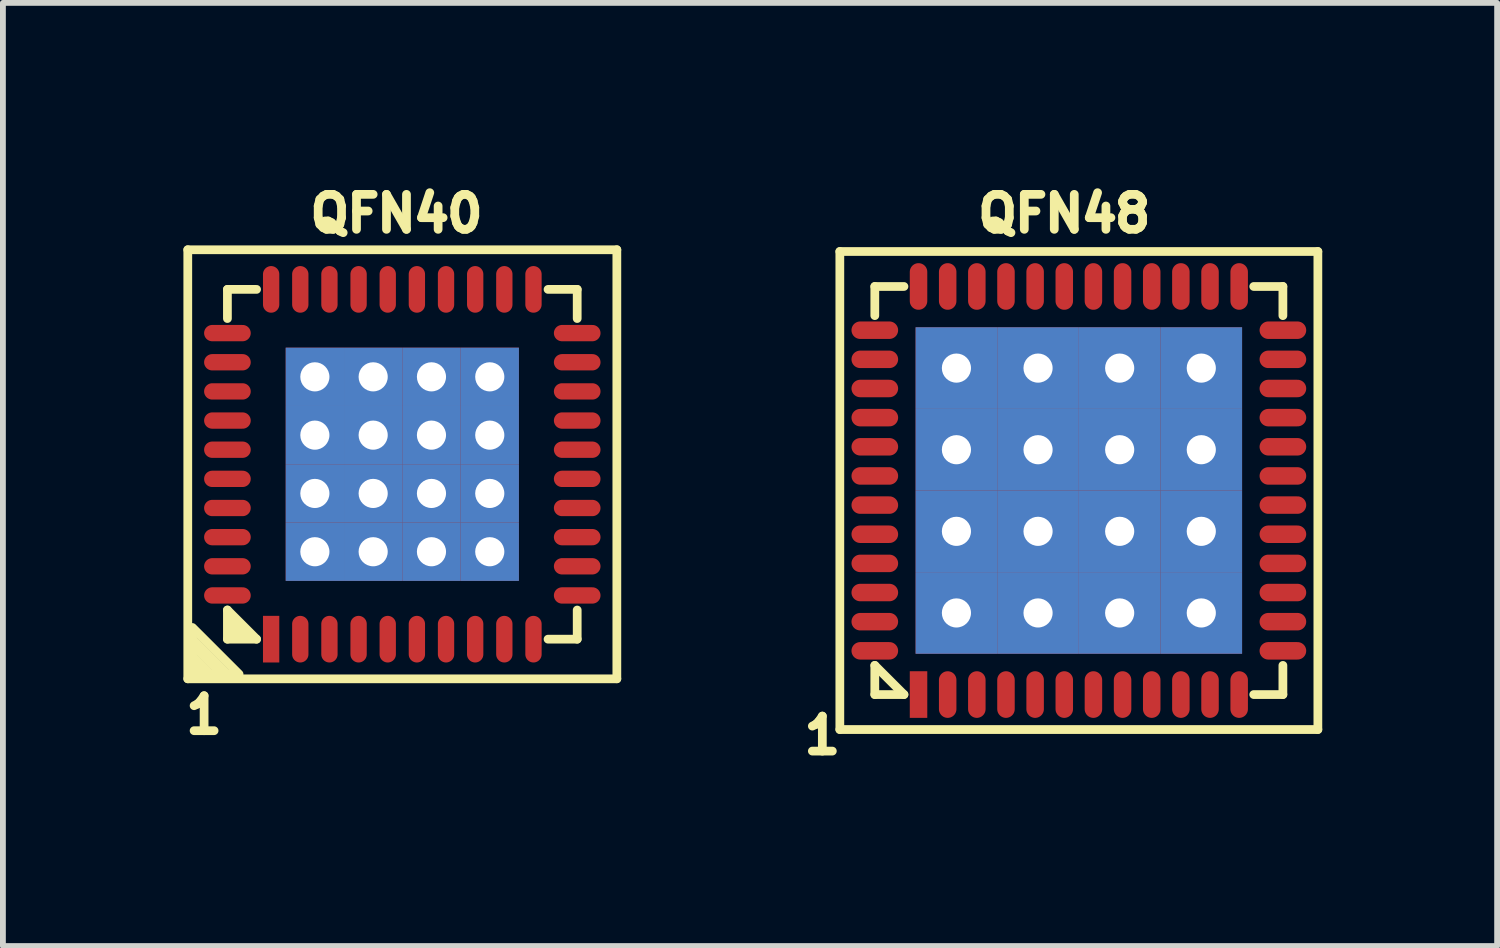
<source format=kicad_pcb>
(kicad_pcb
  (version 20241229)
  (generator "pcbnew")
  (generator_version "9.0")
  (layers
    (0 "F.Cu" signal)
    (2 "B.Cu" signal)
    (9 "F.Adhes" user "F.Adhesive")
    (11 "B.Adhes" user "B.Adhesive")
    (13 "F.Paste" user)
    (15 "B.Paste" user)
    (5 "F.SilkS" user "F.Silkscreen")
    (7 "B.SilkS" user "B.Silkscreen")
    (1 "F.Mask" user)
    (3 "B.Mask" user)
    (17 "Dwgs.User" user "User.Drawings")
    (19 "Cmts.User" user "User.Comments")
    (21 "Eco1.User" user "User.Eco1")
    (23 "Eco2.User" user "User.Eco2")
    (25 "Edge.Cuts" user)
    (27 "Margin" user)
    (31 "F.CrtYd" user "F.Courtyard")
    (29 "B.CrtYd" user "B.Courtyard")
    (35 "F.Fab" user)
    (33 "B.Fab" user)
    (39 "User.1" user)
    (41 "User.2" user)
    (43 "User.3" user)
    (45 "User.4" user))
  (footprint "QFN40"
    (layer "F.Cu")
    (at 3.851 4.914)
    (property "Reference" "QFN40" (at -0.1 -4.3 0) (layer "F.SilkS") (effects (font (size 0.6 0.6) (thickness 0.15))))
    (attr through_hole)
    (fp_line (start -3.68 -3.68) (end 3.68 -3.68) (stroke (width 0.15) (type solid)) (layer "F.SilkS"))
    (fp_line (start -3.68 3.68) (end -3.68 -3.68) (stroke (width 0.15) (type solid)) (layer "F.SilkS"))
    (fp_line (start -3.6 2.8) (end -2.8 3.6) (stroke (width 0.15) (type solid)) (layer "F.SilkS"))
    (fp_line (start -3.6 2.9) (end -3.6 3.6) (stroke (width 0.15) (type solid)) (layer "F.SilkS"))
    (fp_line (start -3.6 3) (end -3 3.6) (stroke (width 0.15) (type solid)) (layer "F.SilkS"))
    (fp_line (start -3.6 3.1) (end -3.1 3.6) (stroke (width 0.15) (type solid)) (layer "F.SilkS"))
    (fp_line (start -3.6 3.3) (end -3.3 3.6) (stroke (width 0.15) (type solid)) (layer "F.SilkS"))
    (fp_line (start -3.6 3.4) (end -3.4 3.6) (stroke (width 0.15) (type solid)) (layer "F.SilkS"))
    (fp_line (start -3.6 3.6) (end -2.9 3.6) (stroke (width 0.15) (type solid)) (layer "F.SilkS"))
    (fp_line (start -3 -3) (end -2.5 -3) (stroke (width 0.15) (type solid)) (layer "F.SilkS"))
    (fp_line (start -3 -2.5) (end -3 -3) (stroke (width 0.15) (type solid)) (layer "F.SilkS"))
    (fp_line (start -3 2.5) (end -2.5 3) (stroke (width 0.15) (type solid)) (layer "F.SilkS"))
    (fp_line (start -3 3) (end -3 2.5) (stroke (width 0.15) (type solid)) (layer "F.SilkS"))
    (fp_line (start -2.9 2.7) (end -2.7 2.9) (stroke (width 0.15) (type solid)) (layer "F.SilkS"))
    (fp_line (start -2.9 2.9) (end -2.9 2.8) (stroke (width 0.15) (type solid)) (layer "F.SilkS"))
    (fp_line (start -2.7 2.9) (end -2.9 2.9) (stroke (width 0.15) (type solid)) (layer "F.SilkS"))
    (fp_line (start -2.5 3) (end -3 3) (stroke (width 0.15) (type solid)) (layer "F.SilkS"))
    (fp_line (start 2.5 -3) (end 3 -3) (stroke (width 0.15) (type solid)) (layer "F.SilkS"))
    (fp_line (start 3 -3) (end 3 -2.5) (stroke (width 0.15) (type solid)) (layer "F.SilkS"))
    (fp_line (start 3 2.5) (end 3 3) (stroke (width 0.15) (type solid)) (layer "F.SilkS"))
    (fp_line (start 3 3) (end 2.5 3) (stroke (width 0.15) (type solid)) (layer "F.SilkS"))
    (fp_line (start 3.68 -3.68) (end 3.68 3.68) (stroke (width 0.15) (type solid)) (layer "F.SilkS"))
    (fp_line (start 3.68 3.68) (end -3.68 3.68) (stroke (width 0.15) (type solid)) (layer "F.SilkS"))
    (fp_text user "1" (at -3.4 4.3 0) (layer "F.SilkS") (effects (font (size 0.6 0.6) (thickness 0.15))))
    (pad "1" smd rect (at -2.25 3) (size 0.28 0.8) (layers "F.Cu" "F.Mask"))
    (pad "2" smd oval (at -1.75 3) (size 0.28 0.8) (layers "F.Cu" "F.Mask"))
    (pad "3" smd oval (at -1.25 3) (size 0.28 0.8) (layers "F.Cu" "F.Mask"))
    (pad "4" smd oval (at -0.75 3) (size 0.28 0.8) (layers "F.Cu" "F.Mask"))
    (pad "5" smd oval (at -0.25 3) (size 0.28 0.8) (layers "F.Cu" "F.Mask"))
    (pad "6" smd oval (at 0.25 3) (size 0.28 0.8) (layers "F.Cu" "F.Mask"))
    (pad "7" smd oval (at 0.75 3) (size 0.28 0.8) (layers "F.Cu" "F.Mask"))
    (pad "8" smd oval (at 1.25 3) (size 0.28 0.8) (layers "F.Cu" "F.Mask"))
    (pad "9" smd oval (at 1.75 3) (size 0.28 0.8) (layers "F.Cu" "F.Mask"))
    (pad "10" smd oval (at 2.25 3) (size 0.28 0.8) (layers "F.Cu" "F.Mask"))
    (pad "11" smd oval (at 3 2.25 90) (size 0.28 0.8) (layers "F.Cu" "F.Mask"))
    (pad "12" smd oval (at 3 1.75 90) (size 0.28 0.8) (layers "F.Cu" "F.Mask"))
    (pad "13" smd oval (at 3 1.25 90) (size 0.28 0.8) (layers "F.Cu" "F.Mask"))
    (pad "14" smd oval (at 3 0.75 90) (size 0.28 0.8) (layers "F.Cu" "F.Mask"))
    (pad "15" smd oval (at 3 0.25 90) (size 0.28 0.8) (layers "F.Cu" "F.Mask"))
    (pad "16" smd oval (at 3 -0.25 90) (size 0.28 0.8) (layers "F.Cu" "F.Mask"))
    (pad "17" smd oval (at 3 -0.75 90) (size 0.28 0.8) (layers "F.Cu" "F.Mask"))
    (pad "18" smd oval (at 3 -1.25 90) (size 0.28 0.8) (layers "F.Cu" "F.Mask"))
    (pad "19" smd oval (at 3 -1.75 90) (size 0.28 0.8) (layers "F.Cu" "F.Mask"))
    (pad "20" smd oval (at 3 -2.25 90) (size 0.28 0.8) (layers "F.Cu" "F.Mask"))
    (pad "21" smd oval (at 2.25 -3) (size 0.28 0.8) (layers "F.Cu" "F.Mask"))
    (pad "22" smd oval (at 1.75 -3) (size 0.28 0.8) (layers "F.Cu" "F.Mask"))
    (pad "23" smd oval (at 1.25 -3) (size 0.28 0.8) (layers "F.Cu" "F.Mask"))
    (pad "24" smd oval (at 0.75 -3) (size 0.28 0.8) (layers "F.Cu" "F.Mask"))
    (pad "25" smd oval (at 0.25 -3) (size 0.28 0.8) (layers "F.Cu" "F.Mask"))
    (pad "26" smd oval (at -0.25 -3) (size 0.28 0.8) (layers "F.Cu" "F.Mask"))
    (pad "27" smd oval (at -0.75 -3) (size 0.28 0.8) (layers "F.Cu" "F.Mask"))
    (pad "28" smd oval (at -1.25 -3) (size 0.28 0.8) (layers "F.Cu" "F.Mask"))
    (pad "29" smd oval (at -1.75 -3) (size 0.28 0.8) (layers "F.Cu" "F.Mask"))
    (pad "30" smd oval (at -2.25 -3) (size 0.28 0.8) (layers "F.Cu" "F.Mask"))
    (pad "31" smd oval (at -3 -2.25 90) (size 0.28 0.8) (layers "F.Cu" "F.Mask"))
    (pad "32" smd oval (at -3 -1.75 90) (size 0.28 0.8) (layers "F.Cu" "F.Mask"))
    (pad "33" smd oval (at -3 -1.25 90) (size 0.28 0.8) (layers "F.Cu" "F.Mask"))
    (pad "34" smd oval (at -3 -0.75 90) (size 0.28 0.8) (layers "F.Cu" "F.Mask"))
    (pad "35" smd oval (at -3 -0.25 90) (size 0.28 0.8) (layers "F.Cu" "F.Mask"))
    (pad "36" smd oval (at -3 0.25 90) (size 0.28 0.8) (layers "F.Cu" "F.Mask"))
    (pad "37" smd oval (at -3 0.75 90) (size 0.28 0.8) (layers "F.Cu" "F.Mask"))
    (pad "38" smd oval (at -3 1.25 90) (size 0.28 0.8) (layers "F.Cu" "F.Mask"))
    (pad "39" smd oval (at -3 1.75 90) (size 0.28 0.8) (layers "F.Cu" "F.Mask"))
    (pad "40" smd oval (at -3 2.25 90) (size 0.28 0.8) (layers "F.Cu" "F.Mask"))
    (pad "PAD" thru_hole rect (at -1.5 -1.5) (size 1 1) (drill 0.5) (layers "*.Cu" "F.Mask"))
    (pad "PAD" thru_hole rect (at -1.5 -0.5) (size 1 1) (drill 0.5) (layers "*.Cu" "F.Mask"))
    (pad "PAD" thru_hole rect (at -1.5 0.5) (size 1 1) (drill 0.5) (layers "*.Cu" "F.Mask"))
    (pad "PAD" thru_hole rect (at -1.5 1.5) (size 1 1) (drill 0.5) (layers "*.Cu" "F.Mask"))
    (pad "PAD" thru_hole rect (at -0.5 -1.5) (size 1 1) (drill 0.5) (layers "*.Cu" "F.Mask"))
    (pad "PAD" thru_hole rect (at -0.5 -0.5) (size 1 1) (drill 0.5) (layers "*.Cu" "F.Mask"))
    (pad "PAD" thru_hole rect (at -0.5 0.5) (size 1 1) (drill 0.5) (layers "*.Cu" "F.Mask"))
    (pad "PAD" thru_hole rect (at -0.5 1.5) (size 1 1) (drill 0.5) (layers "*.Cu" "F.Mask"))
    (pad "PAD" thru_hole rect (at 0.5 -1.5) (size 1 1) (drill 0.5) (layers "*.Cu" "F.Mask"))
    (pad "PAD" thru_hole rect (at 0.5 -0.5) (size 1 1) (drill 0.5) (layers "*.Cu" "F.Mask"))
    (pad "PAD" thru_hole rect (at 0.5 0.5) (size 1 1) (drill 0.5) (layers "*.Cu" "F.Mask"))
    (pad "PAD" thru_hole rect (at 0.5 1.5) (size 1 1) (drill 0.5) (layers "*.Cu" "F.Mask"))
    (pad "PAD" thru_hole rect (at 1.5 -1.5) (size 1 1) (drill 0.5) (layers "*.Cu" "F.Mask"))
    (pad "PAD" thru_hole rect (at 1.5 -0.5) (size 1 1) (drill 0.5) (layers "*.Cu" "F.Mask"))
    (pad "PAD" thru_hole rect (at 1.5 0.5) (size 1 1) (drill 0.5) (layers "*.Cu" "F.Mask"))
    (pad "PAD" thru_hole rect (at 1.5 1.5) (size 1 1) (drill 0.5) (layers "*.Cu" "F.Mask")))
  (footprint "QFN48"
    (layer "F.Cu")
    (at 15.456 5.364)
    (property "Reference" "QFN48" (at -0.25 -4.75 0) (layer "F.SilkS") (effects (font (size 0.6 0.6) (thickness 0.15))))
    (attr through_hole)
    (fp_line (start -4.1 -4.1) (end 4.1 -4.1) (stroke (width 0.15) (type solid)) (layer "F.SilkS"))
    (fp_line (start -4.1 4.1) (end -4.1 -4.1) (stroke (width 0.15) (type solid)) (layer "F.SilkS"))
    (fp_line (start -3.5 -3.5) (end -3 -3.5) (stroke (width 0.15) (type solid)) (layer "F.SilkS"))
    (fp_line (start -3.5 -3) (end -3.5 -3.5) (stroke (width 0.15) (type solid)) (layer "F.SilkS"))
    (fp_line (start -3.5 3) (end -3 3.5) (stroke (width 0.15) (type solid)) (layer "F.SilkS"))
    (fp_line (start -3.5 3.5) (end -3.5 3) (stroke (width 0.15) (type solid)) (layer "F.SilkS"))
    (fp_line (start -3 3.5) (end -3.5 3.5) (stroke (width 0.15) (type solid)) (layer "F.SilkS"))
    (fp_line (start 3 -3.5) (end 3.5 -3.5) (stroke (width 0.15) (type solid)) (layer "F.SilkS"))
    (fp_line (start 3.5 -3.5) (end 3.5 -3) (stroke (width 0.15) (type solid)) (layer "F.SilkS"))
    (fp_line (start 3.5 3) (end 3.5 3.5) (stroke (width 0.15) (type solid)) (layer "F.SilkS"))
    (fp_line (start 3.5 3.5) (end 3 3.5) (stroke (width 0.15) (type solid)) (layer "F.SilkS"))
    (fp_line (start 4.1 -4.1) (end 4.1 4.1) (stroke (width 0.15) (type solid)) (layer "F.SilkS"))
    (fp_line (start 4.1 4.1) (end -4.1 4.1) (stroke (width 0.15) (type solid)) (layer "F.SilkS"))
    (fp_text user "1" (at -4.4 4.2 0) (layer "F.SilkS") (effects (font (size 0.6 0.6) (thickness 0.15))))
    (pad "1" smd rect (at -2.75 3.5) (size 0.3 0.8) (layers "F.Cu" "F.Mask" "F.Paste"))
    (pad "2" smd oval (at -2.25 3.5) (size 0.3 0.8) (layers "F.Cu" "F.Mask" "F.Paste"))
    (pad "3" smd oval (at -1.75 3.5) (size 0.3 0.8) (layers "F.Cu" "F.Mask" "F.Paste"))
    (pad "4" smd oval (at -1.25 3.5) (size 0.3 0.8) (layers "F.Cu" "F.Mask" "F.Paste"))
    (pad "5" smd oval (at -0.75 3.5) (size 0.3 0.8) (layers "F.Cu" "F.Mask" "F.Paste"))
    (pad "6" smd oval (at -0.25 3.5) (size 0.3 0.8) (layers "F.Cu" "F.Mask" "F.Paste"))
    (pad "7" smd oval (at 0.25 3.5) (size 0.3 0.8) (layers "F.Cu" "F.Mask" "F.Paste"))
    (pad "8" smd oval (at 0.75 3.5) (size 0.3 0.8) (layers "F.Cu" "F.Mask" "F.Paste"))
    (pad "9" smd oval (at 1.25 3.5) (size 0.3 0.8) (layers "F.Cu" "F.Mask" "F.Paste"))
    (pad "10" smd oval (at 1.75 3.5) (size 0.3 0.8) (layers "F.Cu" "F.Mask" "F.Paste"))
    (pad "11" smd oval (at 2.25 3.5) (size 0.3 0.8) (layers "F.Cu" "F.Mask" "F.Paste"))
    (pad "12" smd oval (at 2.75 3.5) (size 0.3 0.8) (layers "F.Cu" "F.Mask" "F.Paste"))
    (pad "13" smd oval (at 3.5 2.75 90) (size 0.3 0.8) (layers "F.Cu" "F.Mask" "F.Paste"))
    (pad "14" smd oval (at 3.5 2.25 90) (size 0.3 0.8) (layers "F.Cu" "F.Mask" "F.Paste"))
    (pad "15" smd oval (at 3.5 1.75 90) (size 0.3 0.8) (layers "F.Cu" "F.Mask" "F.Paste"))
    (pad "16" smd oval (at 3.5 1.25 90) (size 0.3 0.8) (layers "F.Cu" "F.Mask" "F.Paste"))
    (pad "17" smd oval (at 3.5 0.75 90) (size 0.3 0.8) (layers "F.Cu" "F.Mask" "F.Paste"))
    (pad "18" smd oval (at 3.5 0.25 90) (size 0.3 0.8) (layers "F.Cu" "F.Mask" "F.Paste"))
    (pad "19" smd oval (at 3.5 -0.25 90) (size 0.3 0.8) (layers "F.Cu" "F.Mask" "F.Paste"))
    (pad "20" smd oval (at 3.5 -0.75 90) (size 0.3 0.8) (layers "F.Cu" "F.Mask" "F.Paste"))
    (pad "21" smd oval (at 3.5 -1.25 90) (size 0.3 0.8) (layers "F.Cu" "F.Mask" "F.Paste"))
    (pad "22" smd oval (at 3.5 -1.75 90) (size 0.3 0.8) (layers "F.Cu" "F.Mask" "F.Paste"))
    (pad "23" smd oval (at 3.5 -2.25 90) (size 0.3 0.8) (layers "F.Cu" "F.Mask" "F.Paste"))
    (pad "24" smd oval (at 3.5 -2.75 90) (size 0.3 0.8) (layers "F.Cu" "F.Mask" "F.Paste"))
    (pad "25" smd oval (at 2.75 -3.5) (size 0.3 0.8) (layers "F.Cu" "F.Mask" "F.Paste"))
    (pad "26" smd oval (at 2.25 -3.5) (size 0.3 0.8) (layers "F.Cu" "F.Mask" "F.Paste"))
    (pad "27" smd oval (at 1.75 -3.5) (size 0.3 0.8) (layers "F.Cu" "F.Mask" "F.Paste"))
    (pad "28" smd oval (at 1.25 -3.5) (size 0.3 0.8) (layers "F.Cu" "F.Mask" "F.Paste"))
    (pad "29" smd oval (at 0.75 -3.5) (size 0.3 0.8) (layers "F.Cu" "F.Mask" "F.Paste"))
    (pad "30" smd oval (at 0.25 -3.5) (size 0.3 0.8) (layers "F.Cu" "F.Mask" "F.Paste"))
    (pad "31" smd oval (at -0.25 -3.5) (size 0.3 0.8) (layers "F.Cu" "F.Mask" "F.Paste"))
    (pad "32" smd oval (at -0.75 -3.5) (size 0.3 0.8) (layers "F.Cu" "F.Mask" "F.Paste"))
    (pad "33" smd oval (at -1.25 -3.5) (size 0.3 0.8) (layers "F.Cu" "F.Mask" "F.Paste"))
    (pad "34" smd oval (at -1.75 -3.5) (size 0.3 0.8) (layers "F.Cu" "F.Mask" "F.Paste"))
    (pad "35" smd oval (at -2.25 -3.5) (size 0.3 0.8) (layers "F.Cu" "F.Mask" "F.Paste"))
    (pad "36" smd oval (at -2.75 -3.5) (size 0.3 0.8) (layers "F.Cu" "F.Mask" "F.Paste"))
    (pad "37" smd oval (at -3.5 -2.75 90) (size 0.3 0.8) (layers "F.Cu" "F.Mask" "F.Paste"))
    (pad "38" smd oval (at -3.5 -2.25 90) (size 0.3 0.8) (layers "F.Cu" "F.Mask" "F.Paste"))
    (pad "39" smd oval (at -3.5 -1.75 90) (size 0.3 0.8) (layers "F.Cu" "F.Mask" "F.Paste"))
    (pad "40" smd oval (at -3.5 -1.25 90) (size 0.3 0.8) (layers "F.Cu" "F.Mask" "F.Paste"))
    (pad "41" smd oval (at -3.5 -0.75 90) (size 0.3 0.8) (layers "F.Cu" "F.Mask" "F.Paste"))
    (pad "42" smd oval (at -3.5 -0.25 90) (size 0.3 0.8) (layers "F.Cu" "F.Mask" "F.Paste"))
    (pad "43" smd oval (at -3.5 0.25 90) (size 0.3 0.8) (layers "F.Cu" "F.Mask" "F.Paste"))
    (pad "44" smd oval (at -3.5 0.75 90) (size 0.3 0.8) (layers "F.Cu" "F.Mask" "F.Paste"))
    (pad "45" smd oval (at -3.5 1.25 90) (size 0.3 0.8) (layers "F.Cu" "F.Mask" "F.Paste"))
    (pad "46" smd oval (at -3.5 1.75 90) (size 0.3 0.8) (layers "F.Cu" "F.Mask" "F.Paste"))
    (pad "47" smd oval (at -3.5 2.25 90) (size 0.3 0.8) (layers "F.Cu" "F.Mask" "F.Paste"))
    (pad "48" smd oval (at -3.5 2.75 90) (size 0.3 0.8) (layers "F.Cu" "F.Mask" "F.Paste"))
    (pad "PAD" thru_hole rect (at -2.1 -2.1) (size 1.4 1.4) (drill 0.5) (layers "*.Cu" "F.Mask"))
    (pad "PAD" thru_hole rect (at -2.1 -0.7) (size 1.4 1.4) (drill 0.5) (layers "*.Cu" "F.Mask"))
    (pad "PAD" thru_hole rect (at -2.1 0.7) (size 1.4 1.4) (drill 0.5) (layers "*.Cu" "F.Mask"))
    (pad "PAD" thru_hole rect (at -2.1 2.1) (size 1.4 1.4) (drill 0.5) (layers "*.Cu" "F.Mask"))
    (pad "PAD" thru_hole rect (at -0.7 -2.1) (size 1.4 1.4) (drill 0.5) (layers "*.Cu" "F.Mask"))
    (pad "PAD" thru_hole rect (at -0.7 -0.7) (size 1.4 1.4) (drill 0.5) (layers "*.Cu" "F.Mask"))
    (pad "PAD" thru_hole rect (at -0.7 0.7) (size 1.4 1.4) (drill 0.5) (layers "*.Cu" "F.Mask"))
    (pad "PAD" thru_hole rect (at -0.7 2.1) (size 1.4 1.4) (drill 0.5) (layers "*.Cu" "F.Mask"))
    (pad "PAD" thru_hole rect (at 0.7 -2.1) (size 1.4 1.4) (drill 0.5) (layers "*.Cu" "F.Mask"))
    (pad "PAD" thru_hole rect (at 0.7 -0.7) (size 1.4 1.4) (drill 0.5) (layers "*.Cu" "F.Mask"))
    (pad "PAD" thru_hole rect (at 0.7 0.7) (size 1.4 1.4) (drill 0.5) (layers "*.Cu" "F.Mask"))
    (pad "PAD" thru_hole rect (at 0.7 2.1) (size 1.4 1.4) (drill 0.5) (layers "*.Cu" "F.Mask"))
    (pad "PAD" thru_hole rect (at 2.1 -2.1) (size 1.4 1.4) (drill 0.5) (layers "*.Cu" "F.Mask"))
    (pad "PAD" thru_hole rect (at 2.1 -0.7) (size 1.4 1.4) (drill 0.5) (layers "*.Cu" "F.Mask"))
    (pad "PAD" thru_hole rect (at 2.1 0.7) (size 1.4 1.4) (drill 0.5) (layers "*.Cu" "F.Mask"))
    (pad "PAD" thru_hole rect (at 2.1 2.1) (size 1.4 1.4) (drill 0.5) (layers "*.Cu" "F.Mask")))
  (gr_rect
    (start -3 -3)
    (end 22.631 13.178)
    (stroke (width 0.1) (type default))
    (fill no)
    (layer "Edge.Cuts")))
</source>
